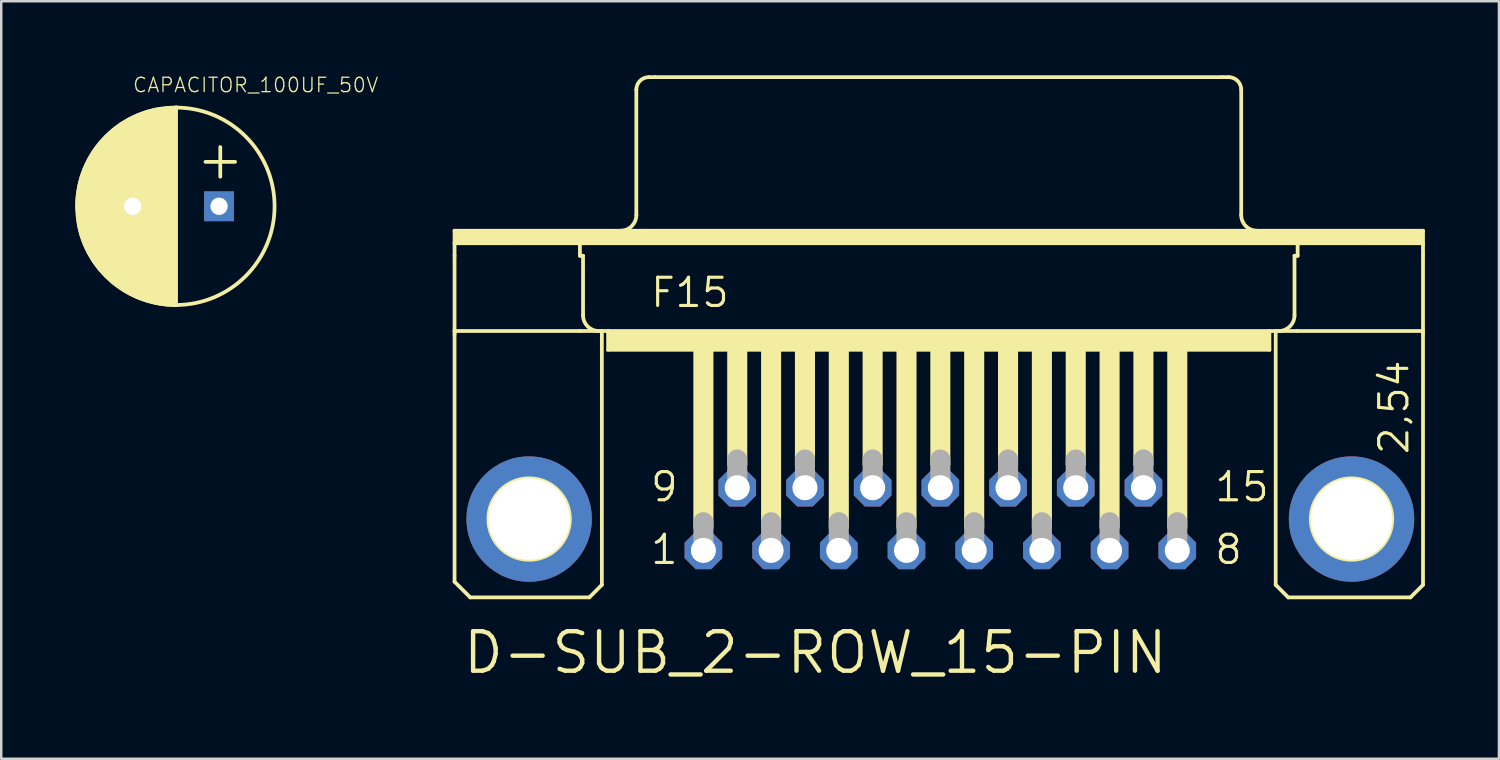
<source format=kicad_pcb>
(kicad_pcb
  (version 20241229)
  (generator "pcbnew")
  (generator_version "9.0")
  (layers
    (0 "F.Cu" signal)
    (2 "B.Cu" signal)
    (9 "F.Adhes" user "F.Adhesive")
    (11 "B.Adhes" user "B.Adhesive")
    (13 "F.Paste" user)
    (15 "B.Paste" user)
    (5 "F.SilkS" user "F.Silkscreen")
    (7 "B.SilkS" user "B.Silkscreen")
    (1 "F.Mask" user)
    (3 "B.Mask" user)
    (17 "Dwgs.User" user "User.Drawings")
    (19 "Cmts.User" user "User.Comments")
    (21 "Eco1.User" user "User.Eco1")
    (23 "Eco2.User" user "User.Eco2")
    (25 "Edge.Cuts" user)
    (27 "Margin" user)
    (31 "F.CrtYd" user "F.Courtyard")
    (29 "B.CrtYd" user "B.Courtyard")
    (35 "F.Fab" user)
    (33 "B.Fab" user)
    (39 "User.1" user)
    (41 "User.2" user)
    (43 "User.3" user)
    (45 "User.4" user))
  (footprint "D-SUB_2-ROW_15-PIN"
    (layer "F.Cu")
    (at 35.054 17.983)
    (property "Reference" "D-SUB_2-ROW_15-PIN" (at -19.431 6.35 0) (layer "F.SilkS") (effects (font (size 1.6 1.6) (thickness 0.178)) (justify left bottom)))
    (fp_line (start -19.685 -11.684) (end -11.938 -11.684) (stroke (width 0.152) (type solid)) (layer "F.SilkS"))
    (fp_line (start -19.685 -11.176) (end -19.685 -11.684) (stroke (width 0.152) (type solid)) (layer "F.SilkS"))
    (fp_line (start -19.685 -11.176) (end -17.145 -11.176) (stroke (width 0.152) (type solid)) (layer "F.SilkS"))
    (fp_line (start -19.685 -10.668) (end -19.685 -11.176) (stroke (width 0.152) (type solid)) (layer "F.SilkS"))
    (fp_line (start -19.685 -7.62) (end -19.685 -10.668) (stroke (width 0.152) (type solid)) (layer "F.SilkS"))
    (fp_line (start -19.685 -7.62) (end -19.685 -7.493) (stroke (width 0.152) (type solid)) (layer "F.SilkS"))
    (fp_line (start -19.685 -7.62) (end -14.605 -7.62) (stroke (width 0.152) (type solid)) (layer "F.SilkS"))
    (fp_line (start -19.685 2.54) (end -19.685 -7.493) (stroke (width 0.152) (type solid)) (layer "F.SilkS"))
    (fp_line (start -19.05 3.175) (end -19.685 2.54) (stroke (width 0.152) (type solid)) (layer "F.SilkS"))
    (fp_line (start -17.145 -11.176) (end -14.605 -11.176) (stroke (width 0.152) (type solid)) (layer "F.SilkS"))
    (fp_line (start -14.605 -11.176) (end 14.478 -11.176) (stroke (width 0.152) (type solid)) (layer "F.SilkS"))
    (fp_line (start -14.605 -10.668) (end -14.605 -11.176) (stroke (width 0.152) (type solid)) (layer "F.SilkS"))
    (fp_line (start -14.605 -10.668) (end -14.478 -10.668) (stroke (width 0.152) (type solid)) (layer "F.SilkS"))
    (fp_line (start -14.605 -7.62) (end -13.716 -7.62) (stroke (width 0.152) (type solid)) (layer "F.SilkS"))
    (fp_line (start -14.478 -8.255) (end -14.478 -10.668) (stroke (width 0.152) (type solid)) (layer "F.SilkS"))
    (fp_line (start -14.224 3.175) (end -19.05 3.175) (stroke (width 0.152) (type solid)) (layer "F.SilkS"))
    (fp_line (start -14.224 3.175) (end -13.716 2.667) (stroke (width 0.152) (type solid)) (layer "F.SilkS"))
    (fp_line (start -13.716 -7.62) (end -13.462 -7.62) (stroke (width 0.152) (type solid)) (layer "F.SilkS"))
    (fp_line (start -13.716 2.667) (end -13.716 -7.62) (stroke (width 0.152) (type solid)) (layer "F.SilkS"))
    (fp_line (start -13.462 -7.62) (end -13.462 -6.858) (stroke (width 0.152) (type solid)) (layer "F.SilkS"))
    (fp_line (start -13.462 -7.62) (end 13.335 -7.62) (stroke (width 0.152) (type solid)) (layer "F.SilkS"))
    (fp_line (start -13.462 -6.858) (end 13.335 -6.858) (stroke (width 0.152) (type solid)) (layer "F.SilkS"))
    (fp_line (start -12.319 -12.319) (end -12.319 -17.399) (stroke (width 0.152) (type solid)) (layer "F.SilkS"))
    (fp_line (start -11.938 -11.684) (end 11.811 -11.684) (stroke (width 0.152) (type solid)) (layer "F.SilkS"))
    (fp_line (start -11.811 -17.907) (end -11.557 -17.907) (stroke (width 0.152) (type solid)) (layer "F.SilkS"))
    (fp_line (start -11.557 -17.907) (end 11.43 -17.907) (stroke (width 0.152) (type solid)) (layer "F.SilkS"))
    (fp_line (start 11.43 -17.907) (end 11.684 -17.907) (stroke (width 0.152) (type solid)) (layer "F.SilkS"))
    (fp_line (start 11.811 -11.684) (end 19.558 -11.684) (stroke (width 0.152) (type solid)) (layer "F.SilkS"))
    (fp_line (start 12.192 -12.319) (end 12.192 -17.399) (stroke (width 0.152) (type solid)) (layer "F.SilkS"))
    (fp_line (start 13.335 -7.62) (end 13.335 -6.858) (stroke (width 0.152) (type solid)) (layer "F.SilkS"))
    (fp_line (start 13.335 -7.62) (end 13.589 -7.62) (stroke (width 0.152) (type solid)) (layer "F.SilkS"))
    (fp_line (start 13.589 -7.62) (end 14.478 -7.62) (stroke (width 0.152) (type solid)) (layer "F.SilkS"))
    (fp_line (start 13.589 2.667) (end 13.589 -7.62) (stroke (width 0.152) (type solid)) (layer "F.SilkS"))
    (fp_line (start 13.589 2.667) (end 14.097 3.175) (stroke (width 0.152) (type solid)) (layer "F.SilkS"))
    (fp_line (start 14.097 3.175) (end 19.05 3.175) (stroke (width 0.152) (type solid)) (layer "F.SilkS"))
    (fp_line (start 14.351 -10.668) (end 14.478 -10.668) (stroke (width 0.152) (type solid)) (layer "F.SilkS"))
    (fp_line (start 14.351 -8.255) (end 14.351 -10.668) (stroke (width 0.152) (type solid)) (layer "F.SilkS"))
    (fp_line (start 14.478 -11.176) (end 17.018 -11.176) (stroke (width 0.152) (type solid)) (layer "F.SilkS"))
    (fp_line (start 14.478 -10.668) (end 14.478 -11.176) (stroke (width 0.152) (type solid)) (layer "F.SilkS"))
    (fp_line (start 14.478 -7.62) (end 19.558 -7.62) (stroke (width 0.152) (type solid)) (layer "F.SilkS"))
    (fp_line (start 17.018 -11.176) (end 19.558 -11.176) (stroke (width 0.152) (type solid)) (layer "F.SilkS"))
    (fp_line (start 19.05 3.175) (end 19.558 2.667) (stroke (width 0.152) (type solid)) (layer "F.SilkS"))
    (fp_line (start 19.558 -11.684) (end 19.558 -11.176) (stroke (width 0.152) (type solid)) (layer "F.SilkS"))
    (fp_line (start 19.558 -11.176) (end 19.558 -10.668) (stroke (width 0.152) (type solid)) (layer "F.SilkS"))
    (fp_line (start 19.558 -10.668) (end 19.558 -7.62) (stroke (width 0.152) (type solid)) (layer "F.SilkS"))
    (fp_line (start 19.558 -7.62) (end 19.558 -7.493) (stroke (width 0.152) (type solid)) (layer "F.SilkS"))
    (fp_line (start 19.558 2.667) (end 19.558 -7.493) (stroke (width 0.152) (type solid)) (layer "F.SilkS"))
    (fp_arc (start -13.843 -7.62) (mid -14.292013 -7.805987) (end -14.478 -8.255) (stroke (width 0.1524) (type solid)) (layer "F.SilkS"))
    (fp_arc (start -12.319 -17.399) (mid -12.17021 -17.75821) (end -11.811 -17.907) (stroke (width 0.1524) (type solid)) (layer "F.SilkS"))
    (fp_arc (start -12.319 -12.319) (mid -12.504987 -11.869987) (end -12.954 -11.684) (stroke (width 0.1524) (type solid)) (layer "F.SilkS"))
    (fp_arc (start 11.684 -17.907) (mid 12.04321 -17.75821) (end 12.192 -17.399) (stroke (width 0.1524) (type solid)) (layer "F.SilkS"))
    (fp_arc (start 12.827 -11.684) (mid 12.377987 -11.869987) (end 12.192 -12.319) (stroke (width 0.1524) (type solid)) (layer "F.SilkS"))
    (fp_arc (start 14.351 -8.255) (mid 14.165013 -7.805987) (end 13.716 -7.62) (stroke (width 0.1524) (type solid)) (layer "F.SilkS"))
    (fp_circle (center -16.662 0) (end -15.011 0) (stroke (width 0.152) (type solid)) (fill no) (layer "F.SilkS"))
    (fp_circle (center 16.662 0) (end 18.313 0) (stroke (width 0.152) (type solid)) (fill no) (layer "F.SilkS"))
    (fp_poly (pts (xy -19.685 -11.176) (xy 19.558 -11.176) (xy 19.558 -11.684) (xy -19.685 -11.684)) (stroke (width 0) (type default)) (fill yes) (layer "F.SilkS"))
    (fp_poly (pts (xy -13.462 -6.858) (xy 13.335 -6.858) (xy 13.335 -7.62) (xy -13.462 -7.62)) (stroke (width 0) (type default)) (fill yes) (layer "F.SilkS"))
    (fp_poly (pts (xy -10.008 0.381) (xy -9.195 0.381) (xy -9.195 -6.858) (xy -10.008 -6.858)) (stroke (width 0) (type default)) (fill yes) (layer "F.SilkS"))
    (fp_poly (pts (xy -8.636 -2.159) (xy -7.823 -2.159) (xy -7.823 -6.858) (xy -8.636 -6.858)) (stroke (width 0) (type default)) (fill yes) (layer "F.SilkS"))
    (fp_poly (pts (xy -7.264 0.381) (xy -6.452 0.381) (xy -6.452 -6.858) (xy -7.264 -6.858)) (stroke (width 0) (type default)) (fill yes) (layer "F.SilkS"))
    (fp_poly (pts (xy -5.893 -2.159) (xy -5.08 -2.159) (xy -5.08 -6.858) (xy -5.893 -6.858)) (stroke (width 0) (type default)) (fill yes) (layer "F.SilkS"))
    (fp_poly (pts (xy -4.521 0.381) (xy -3.708 0.381) (xy -3.708 -6.858) (xy -4.521 -6.858)) (stroke (width 0) (type default)) (fill yes) (layer "F.SilkS"))
    (fp_poly (pts (xy -3.15 -2.159) (xy -2.337 -2.159) (xy -2.337 -6.858) (xy -3.15 -6.858)) (stroke (width 0) (type default)) (fill yes) (layer "F.SilkS"))
    (fp_poly (pts (xy -1.778 0.381) (xy -0.965 0.381) (xy -0.965 -6.858) (xy -1.778 -6.858)) (stroke (width 0) (type default)) (fill yes) (layer "F.SilkS"))
    (fp_poly (pts (xy -0.406 -2.159) (xy 0.406 -2.159) (xy 0.406 -6.858) (xy -0.406 -6.858)) (stroke (width 0) (type default)) (fill yes) (layer "F.SilkS"))
    (fp_poly (pts (xy 0.965 0.381) (xy 1.778 0.381) (xy 1.778 -6.858) (xy 0.965 -6.858)) (stroke (width 0) (type default)) (fill yes) (layer "F.SilkS"))
    (fp_poly (pts (xy 2.337 -2.159) (xy 3.15 -2.159) (xy 3.15 -6.858) (xy 2.337 -6.858)) (stroke (width 0) (type default)) (fill yes) (layer "F.SilkS"))
    (fp_poly (pts (xy 3.708 0.381) (xy 4.521 0.381) (xy 4.521 -6.858) (xy 3.708 -6.858)) (stroke (width 0) (type default)) (fill yes) (layer "F.SilkS"))
    (fp_poly (pts (xy 5.08 -2.159) (xy 5.893 -2.159) (xy 5.893 -6.858) (xy 5.08 -6.858)) (stroke (width 0) (type default)) (fill yes) (layer "F.SilkS"))
    (fp_poly (pts (xy 6.452 0.381) (xy 7.264 0.381) (xy 7.264 -6.858) (xy 6.452 -6.858)) (stroke (width 0) (type default)) (fill yes) (layer "F.SilkS"))
    (fp_poly (pts (xy 7.823 -2.159) (xy 8.636 -2.159) (xy 8.636 -6.858) (xy 7.823 -6.858)) (stroke (width 0) (type default)) (fill yes) (layer "F.SilkS"))
    (fp_poly (pts (xy 9.195 0.381) (xy 10.008 0.381) (xy 10.008 -6.858) (xy 9.195 -6.858)) (stroke (width 0) (type default)) (fill yes) (layer "F.SilkS"))
    (fp_line (start -9.601 1.143) (end -9.601 0.127) (stroke (width 0.813) (type solid)) (layer "F.Fab"))
    (fp_line (start -8.23 -1.397) (end -8.23 -2.413) (stroke (width 0.813) (type solid)) (layer "F.Fab"))
    (fp_line (start -6.858 1.143) (end -6.858 0.127) (stroke (width 0.813) (type solid)) (layer "F.Fab"))
    (fp_line (start -5.486 -1.397) (end -5.486 -2.413) (stroke (width 0.813) (type solid)) (layer "F.Fab"))
    (fp_line (start -4.115 1.143) (end -4.115 0.127) (stroke (width 0.813) (type solid)) (layer "F.Fab"))
    (fp_line (start -2.743 -1.397) (end -2.743 -2.413) (stroke (width 0.813) (type solid)) (layer "F.Fab"))
    (fp_line (start -1.372 1.143) (end -1.372 0.127) (stroke (width 0.813) (type solid)) (layer "F.Fab"))
    (fp_line (start 0 -1.397) (end 0 -2.413) (stroke (width 0.813) (type solid)) (layer "F.Fab"))
    (fp_line (start 1.372 1.143) (end 1.372 0.127) (stroke (width 0.813) (type solid)) (layer "F.Fab"))
    (fp_line (start 2.743 -1.397) (end 2.743 -2.413) (stroke (width 0.813) (type solid)) (layer "F.Fab"))
    (fp_line (start 4.115 1.143) (end 4.115 0.127) (stroke (width 0.813) (type solid)) (layer "F.Fab"))
    (fp_line (start 5.486 -1.397) (end 5.486 -2.413) (stroke (width 0.813) (type solid)) (layer "F.Fab"))
    (fp_line (start 6.858 1.143) (end 6.858 0.127) (stroke (width 0.813) (type solid)) (layer "F.Fab"))
    (fp_line (start 8.23 -1.397) (end 8.23 -2.413) (stroke (width 0.813) (type solid)) (layer "F.Fab"))
    (fp_line (start 9.601 1.143) (end 9.601 0.127) (stroke (width 0.813) (type solid)) (layer "F.Fab"))
    (fp_text user "F15" (at -11.811 -8.509 0) (layer "F.SilkS") (effects (font (size 1.143 1.143) (thickness 0.127)) (justify left bottom)))
    (fp_text user "1" (at -11.811 1.905 0) (layer "F.SilkS") (effects (font (size 1.143 1.143) (thickness 0.127)) (justify left bottom)))
    (fp_text user "8" (at 11.049 1.905 0) (layer "F.SilkS") (effects (font (size 1.143 1.143) (thickness 0.127)) (justify left bottom)))
    (fp_text user "15" (at 11.049 -0.635 0) (layer "F.SilkS") (effects (font (size 1.143 1.143) (thickness 0.127)) (justify left bottom)))
    (fp_text user "2,54" (at 19.05 -2.54 90) (layer "F.SilkS") (effects (font (size 1.143 1.143) (thickness 0.127)) (justify left bottom)))
    (fp_text user "9" (at -11.811 -0.635 0) (layer "F.SilkS") (effects (font (size 1.143 1.143) (thickness 0.127)) (justify left bottom)))
    (pad "1" thru_hole roundrect (at -9.601 1.27) (size 1.524 1.524) (drill 1.016) (layers "*.Cu" "*.Mask") (roundrect_rratio 0.25) (chamfer_ratio 0.293) (chamfer top_left top_right bottom_left bottom_right))
    (pad "2" thru_hole roundrect (at -6.858 1.27) (size 1.524 1.524) (drill 1.016) (layers "*.Cu" "*.Mask") (roundrect_rratio 0.25) (chamfer_ratio 0.293) (chamfer top_left top_right bottom_left bottom_right))
    (pad "3" thru_hole roundrect (at -4.115 1.27) (size 1.524 1.524) (drill 1.016) (layers "*.Cu" "*.Mask") (roundrect_rratio 0.25) (chamfer_ratio 0.293) (chamfer top_left top_right bottom_left bottom_right))
    (pad "4" thru_hole roundrect (at -1.372 1.27) (size 1.524 1.524) (drill 1.016) (layers "*.Cu" "*.Mask") (roundrect_rratio 0.25) (chamfer_ratio 0.293) (chamfer top_left top_right bottom_left bottom_right))
    (pad "5" thru_hole roundrect (at 1.372 1.27) (size 1.524 1.524) (drill 1.016) (layers "*.Cu" "*.Mask") (roundrect_rratio 0.25) (chamfer_ratio 0.293) (chamfer top_left top_right bottom_left bottom_right))
    (pad "6" thru_hole roundrect (at 4.115 1.27) (size 1.524 1.524) (drill 1.016) (layers "*.Cu" "*.Mask") (roundrect_rratio 0.25) (chamfer_ratio 0.293) (chamfer top_left top_right bottom_left bottom_right))
    (pad "7" thru_hole roundrect (at 6.858 1.27) (size 1.524 1.524) (drill 1.016) (layers "*.Cu" "*.Mask") (roundrect_rratio 0.25) (chamfer_ratio 0.293) (chamfer top_left top_right bottom_left bottom_right))
    (pad "8" thru_hole roundrect (at 9.601 1.27) (size 1.524 1.524) (drill 1.016) (layers "*.Cu" "*.Mask") (roundrect_rratio 0.25) (chamfer_ratio 0.293) (chamfer top_left top_right bottom_left bottom_right))
    (pad "9" thru_hole roundrect (at -8.23 -1.27) (size 1.524 1.524) (drill 1.016) (layers "*.Cu" "*.Mask") (roundrect_rratio 0.25) (chamfer_ratio 0.293) (chamfer top_left top_right bottom_left bottom_right))
    (pad "10" thru_hole roundrect (at -5.486 -1.27) (size 1.524 1.524) (drill 1.016) (layers "*.Cu" "*.Mask") (roundrect_rratio 0.25) (chamfer_ratio 0.293) (chamfer top_left top_right bottom_left bottom_right))
    (pad "11" thru_hole roundrect (at -2.743 -1.27) (size 1.524 1.524) (drill 1.016) (layers "*.Cu" "*.Mask") (roundrect_rratio 0.25) (chamfer_ratio 0.293) (chamfer top_left top_right bottom_left bottom_right))
    (pad "12" thru_hole roundrect (at 0 -1.27) (size 1.524 1.524) (drill 1.016) (layers "*.Cu" "*.Mask") (roundrect_rratio 0.25) (chamfer_ratio 0.293) (chamfer top_left top_right bottom_left bottom_right))
    (pad "13" thru_hole roundrect (at 2.743 -1.27) (size 1.524 1.524) (drill 1.016) (layers "*.Cu" "*.Mask") (roundrect_rratio 0.25) (chamfer_ratio 0.293) (chamfer top_left top_right bottom_left bottom_right))
    (pad "14" thru_hole roundrect (at 5.486 -1.27) (size 1.524 1.524) (drill 1.016) (layers "*.Cu" "*.Mask") (roundrect_rratio 0.25) (chamfer_ratio 0.293) (chamfer top_left top_right bottom_left bottom_right))
    (pad "15" thru_hole roundrect (at 8.23 -1.27) (size 1.524 1.524) (drill 1.016) (layers "*.Cu" "*.Mask") (roundrect_rratio 0.25) (chamfer_ratio 0.293) (chamfer top_left top_right bottom_left bottom_right))
    (pad "G1" thru_hole circle (at -16.662 0) (size 5.08 5.08) (drill 3.302) (layers "*.Cu" "*.Mask"))
    (pad "G2" thru_hole circle (at 16.662 0) (size 5.08 5.08) (drill 3.302) (layers "*.Cu" "*.Mask")))
  (footprint "CAPACITOR_100UF_50V"
    (layer "F.Cu")
    (at 4.076 5.309)
    (property "Reference" "CAPACITOR_100UF_50V" (at -1.778 -4.572 0) (layer "F.SilkS") (effects (font (size 0.584 0.584) (thickness 0.051)) (justify left bottom)))
    (fp_line (start 0 -4) (end 0 4) (stroke (width 0.152) (type solid)) (layer "F.SilkS"))
    (fp_line (start 1.2 -1.8) (end 2.4 -1.8) (stroke (width 0.152) (type solid)) (layer "F.SilkS"))
    (fp_line (start 1.8 -2.4) (end 1.8 -1.2) (stroke (width 0.152) (type solid)) (layer "F.SilkS"))
    (fp_circle (center 0 0) (end 4 0) (stroke (width 0.152) (type solid)) (fill no) (layer "F.SilkS"))
    (fp_poly (pts (xy 0.076 4.08) (xy -0.4 4.057) (xy -0.795 3.998) (xy -1.183 3.901) (xy -1.56 3.766) (xy -1.922 3.595) (xy -2.265 3.389) (xy -2.586 3.151) (xy -2.882 2.882) (xy -3.151 2.586) (xy -3.389 2.265) (xy -3.595 1.922) (xy -3.766 1.56) (xy -3.901 1.183) (xy -3.998 0.793) (xy -4.076 0.002) (xy -4.057 -0.4) (xy -3.998 -0.795) (xy -3.901 -1.183) (xy -3.766 -1.56) (xy -3.595 -1.922) (xy -3.389 -2.265) (xy -3.151 -2.586) (xy -2.882 -2.882) (xy -2.586 -3.151) (xy -2.265 -3.389) (xy -1.922 -3.595) (xy -1.56 -3.766) (xy -1.183 -3.901) (xy -0.793 -3.998) (xy 0.076 -4.084)) (stroke (width 0) (type default)) (fill yes) (layer "F.SilkS"))
    (pad "+" thru_hole rect (at 1.75 0) (size 1.208 1.208) (drill 0.7) (layers "*.Cu" "*.Mask"))
    (pad "-" thru_hole rect (at -1.75 0) (size 1.208 1.208) (drill 0.7) (layers "*.Cu" "*.Mask")))
  (gr_rect
    (start -3 -3)
    (end 57.689 27.696)
    (stroke (width 0.1) (type default))
    (fill no)
    (layer "Edge.Cuts")))
</source>
